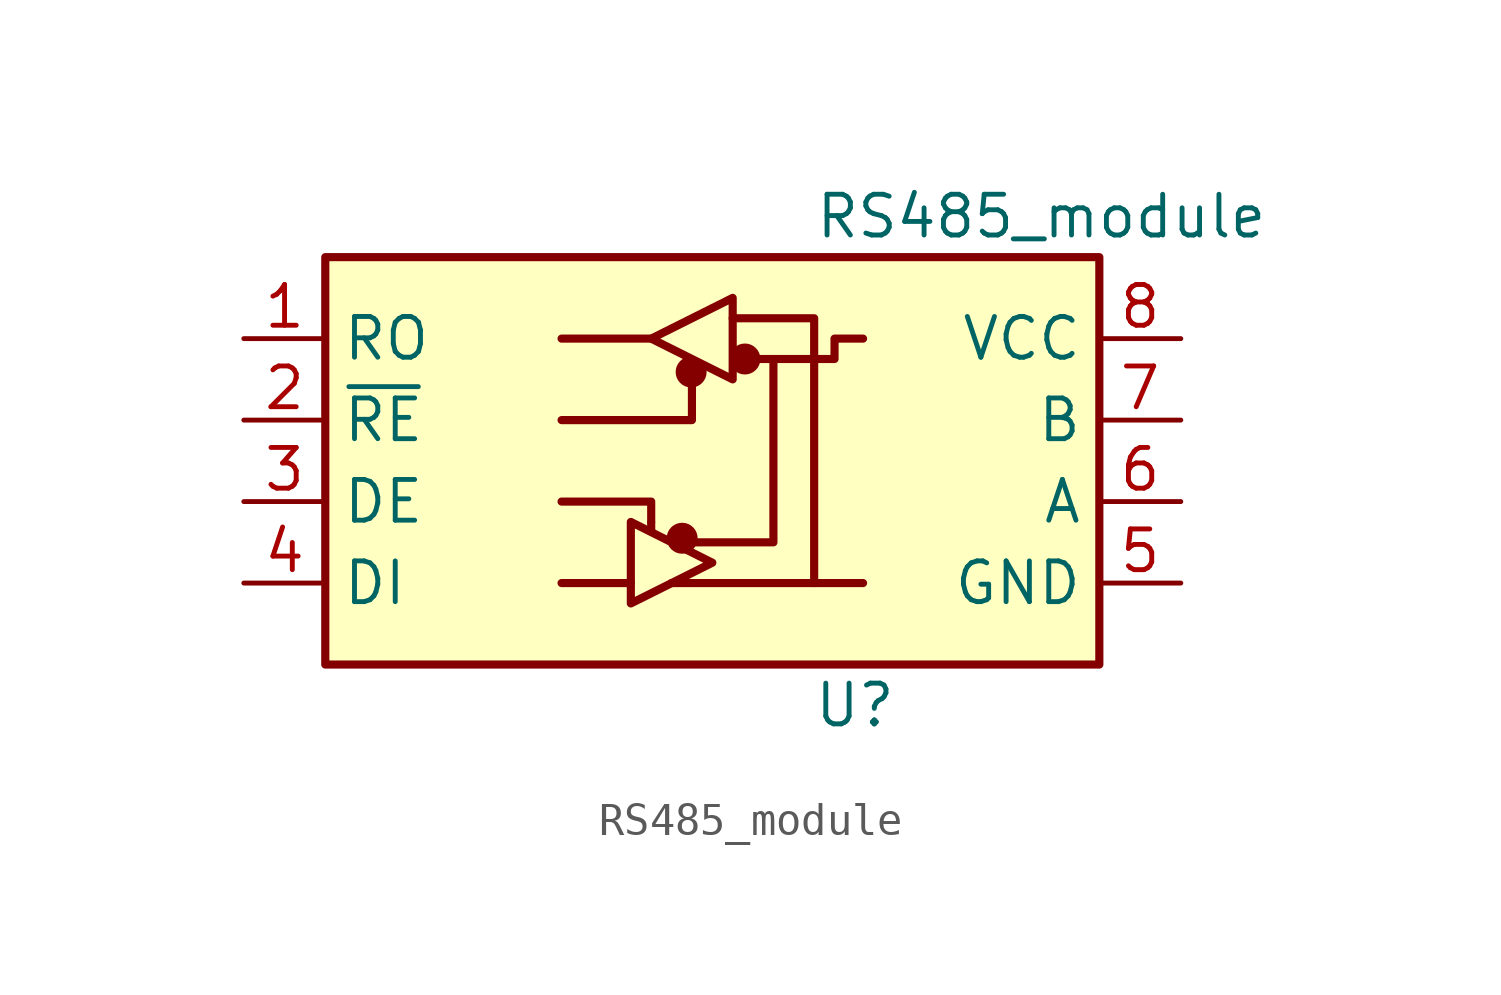
<source format=kicad_sym>
(kicad_symbol_lib
  (version 20211014)
  (generator kicad_symbol_editor)
  (symbol "RS485_module"
    (property "Reference" "U"
      (at 3.81 -7.62 0)
      (effects (font (size 1.27 1.27))))
    (property "Value" "RS485_module"
      (at 2.54 7.62 0)
      (effects (font (size 1.27 1.27)) (justify left)))
    (symbol "RS485_module_0_1"
      (rectangle (start -12.7 6.35) (end 11.43 -6.35) (stroke (width 0.254) (type default) (color 0 0 0 0)) (fill (type background)))
      (circle (center -1.575 -2.413) (radius 0.356) (stroke (width 0.254) (type default) (color 0 0 0 0)) (fill (type outline)))
      (circle (center -1.295 2.769) (radius 0.356) (stroke (width 0.254) (type default) (color 0 0 0 0)) (fill (type outline)))
      (polyline (pts (xy -5.334 -3.81) (xy -3.175 -3.81)) (stroke (width 0.254) (type default) (color 0 0 0 0)) (fill (type none)))
      (polyline (pts (xy -5.334 3.81) (xy -2.54 3.81)) (stroke (width 0.254) (type default) (color 0 0 0 0)) (fill (type none)))
      (polyline (pts (xy -2.54 -1.93) (xy -2.54 -2.184)) (stroke (width 0.254) (type default) (color 0 0 0 0)) (fill (type none)))
      (polyline (pts (xy -1.905 -3.81) (xy 4.064 -3.81)) (stroke (width 0.254) (type default) (color 0 0 0 0)) (fill (type none)))
      (polyline (pts (xy -5.334 -1.27) (xy -2.54 -1.27) (xy -2.54 -1.905)) (stroke (width 0.254) (type default) (color 0 0 0 0)) (fill (type none)))
      (polyline (pts (xy -1.27 2.54) (xy -1.27 1.27) (xy -5.334 1.27)) (stroke (width 0.254) (type default) (color 0 0 0 0)) (fill (type none)))
      (polyline (pts (xy 0 4.445) (xy 2.54 4.445) (xy 2.54 -3.81)) (stroke (width 0.254) (type default) (color 0 0 0 0)) (fill (type none)))
      (polyline (pts (xy 1.27 3.175) (xy 1.27 -2.54) (xy -1.27 -2.54)) (stroke (width 0.254) (type default) (color 0 0 0 0)) (fill (type none)))
      (polyline (pts (xy -3.175 -1.905) (xy -3.175 -4.445) (xy -0.635 -3.175) (xy -3.175 -1.905)) (stroke (width 0.254) (type default) (color 0 0 0 0)) (fill (type none)))
      (polyline (pts (xy -2.54 3.81) (xy 0 5.08) (xy 0 2.54) (xy -2.54 3.81)) (stroke (width 0.254) (type default) (color 0 0 0 0)) (fill (type none)))
      (polyline (pts (xy 0.635 3.175) (xy 3.175 3.175) (xy 3.175 3.81) (xy 4.064 3.81)) (stroke (width 0.254) (type default) (color 0 0 0 0)) (fill (type none)))
      (rectangle (start 0 4.445) (end 0 4.445) (stroke (width 0) (type default) (color 0 0 0 0)) (fill (type none)))
      (circle (center 0.381 3.175) (radius 0.356) (stroke (width 0.254) (type default) (color 0 0 0 0)) (fill (type outline))))
    (symbol "RS485_module_1_1"
      (pin output line (at -15.24 3.81 0) (length 2.54) (name "RO" (effects (font (size 1.27 1.27)))) (number "1" (effects (font (size 1.27 1.27)))))
      (pin input line (at -15.24 1.27 0) (length 2.54) (name "~{RE}" (effects (font (size 1.27 1.27)))) (number "2" (effects (font (size 1.27 1.27)))))
      (pin input line (at -15.24 -1.27 0) (length 2.54) (name "DE" (effects (font (size 1.27 1.27)))) (number "3" (effects (font (size 1.27 1.27)))))
      (pin input line (at -15.24 -3.81 0) (length 2.54) (name "DI" (effects (font (size 1.27 1.27)))) (number "4" (effects (font (size 1.27 1.27)))))
      (pin power_in line (at 13.97 -3.81 180) (length 2.54) (name "GND" (effects (font (size 1.27 1.27)))) (number "5" (effects (font (size 1.27 1.27)))))
      (pin bidirectional line (at 13.97 -1.27 180) (length 2.54) (name "A" (effects (font (size 1.27 1.27)))) (number "6" (effects (font (size 1.27 1.27)))))
      (pin bidirectional line (at 13.97 1.27 180) (length 2.54) (name "B" (effects (font (size 1.27 1.27)))) (number "7" (effects (font (size 1.27 1.27)))))
      (pin power_in line (at 13.97 3.81 180) (length 2.54) (name "VCC" (effects (font (size 1.27 1.27)))) (number "8" (effects (font (size 1.27 1.27))))))))
</source>
